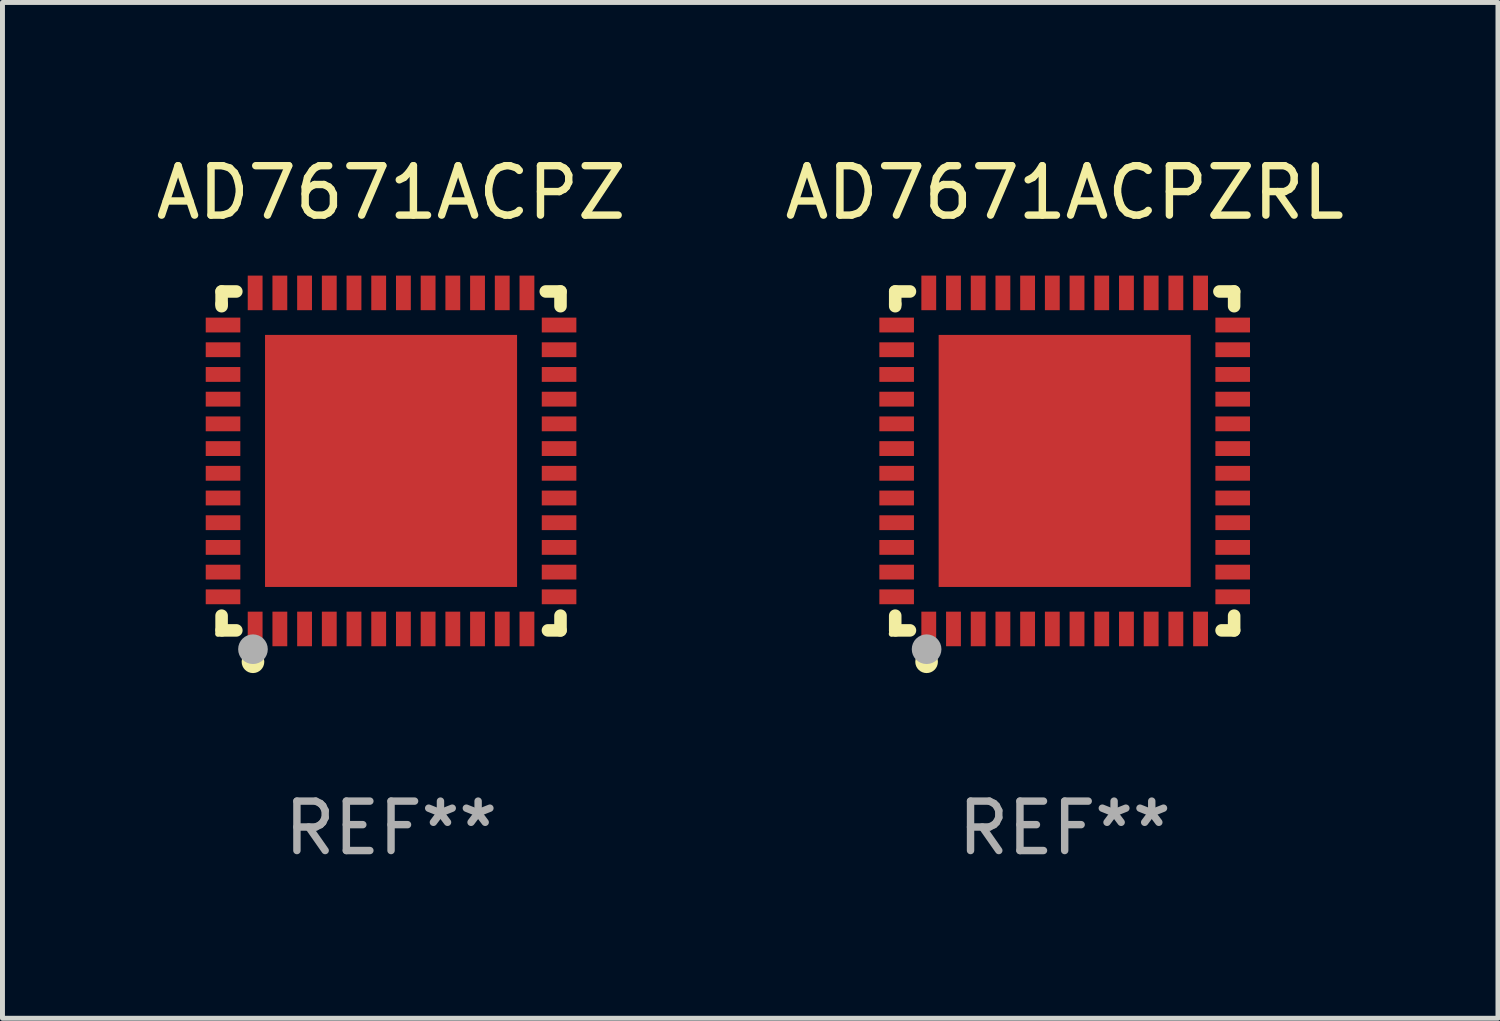
<source format=kicad_pcb>
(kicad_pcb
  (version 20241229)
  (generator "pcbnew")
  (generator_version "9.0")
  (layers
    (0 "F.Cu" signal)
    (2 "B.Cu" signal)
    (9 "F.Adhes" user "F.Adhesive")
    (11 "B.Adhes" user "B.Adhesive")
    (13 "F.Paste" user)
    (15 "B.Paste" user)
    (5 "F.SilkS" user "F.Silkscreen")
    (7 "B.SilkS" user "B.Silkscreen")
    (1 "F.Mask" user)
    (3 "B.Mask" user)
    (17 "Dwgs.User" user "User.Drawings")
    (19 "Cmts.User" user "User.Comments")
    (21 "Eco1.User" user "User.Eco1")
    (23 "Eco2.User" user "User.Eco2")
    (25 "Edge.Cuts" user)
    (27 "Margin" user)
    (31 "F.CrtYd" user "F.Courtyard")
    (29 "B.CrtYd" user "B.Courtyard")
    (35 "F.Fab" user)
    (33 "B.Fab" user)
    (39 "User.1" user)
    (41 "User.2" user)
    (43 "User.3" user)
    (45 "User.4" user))
  (footprint "AD7671ACPZ"
    (layer "F.Cu")
    (at 4.863 6.277)
    (property "Reference" "AD7671ACPZ" (at 0 -5.429 0) (layer "F.SilkS") (effects (font (size 1 1) (thickness 0.15))))
    (attr through_hole)
    (fp_line (start -3.429 -3.429) (end -3.429 -3.175) (stroke (width 0.254) (type solid)) (layer "F.SilkS"))
    (fp_line (start -3.429 -3.175) (end -3.429 -3.131) (stroke (width 0.254) (type solid)) (layer "F.SilkS"))
    (fp_line (start -3.429 3.131) (end -3.429 3.429) (stroke (width 0.254) (type solid)) (layer "F.SilkS"))
    (fp_line (start -3.429 3.429) (end -3.131 3.429) (stroke (width 0.254) (type solid)) (layer "F.SilkS"))
    (fp_line (start -3.131 -3.429) (end -3.429 -3.429) (stroke (width 0.254) (type solid)) (layer "F.SilkS"))
    (fp_line (start 3.131 -3.429) (end 3.429 -3.429) (stroke (width 0.254) (type solid)) (layer "F.SilkS"))
    (fp_line (start 3.429 -3.429) (end 3.429 -3.131) (stroke (width 0.254) (type solid)) (layer "F.SilkS"))
    (fp_line (start 3.429 3.131) (end 3.429 3.429) (stroke (width 0.254) (type solid)) (layer "F.SilkS"))
    (fp_line (start 3.429 3.429) (end 3.175 3.429) (stroke (width 0.254) (type solid)) (layer "F.SilkS"))
    (fp_circle (center -3.5 3.5) (end -3.47 3.5) (stroke (width 0.06) (type solid)) (fill no) (layer "F.SilkS"))
    (fp_circle (center -2.794 4.064) (end -2.667 4.064) (stroke (width 0.204) (type solid)) (fill no) (layer "F.SilkS"))
    (fp_circle (center -2.794 3.81) (end -2.644 3.81) (stroke (width 0.3) (type solid)) (fill no) (layer "F.Fab"))
    (fp_text user "REF**" (at 0 7.429 0) (layer "F.Fab") (effects (font (size 1 1) (thickness 0.15))))
    (pad "1" smd rect (at -2.75 3.4) (size 0.3 0.7) (layers "F.Cu" "F.Mask" "F.Paste"))
    (pad "2" smd rect (at -2.25 3.4) (size 0.3 0.7) (layers "F.Cu" "F.Mask" "F.Paste"))
    (pad "3" smd rect (at -1.75 3.4) (size 0.3 0.7) (layers "F.Cu" "F.Mask" "F.Paste"))
    (pad "4" smd rect (at -1.25 3.4) (size 0.3 0.7) (layers "F.Cu" "F.Mask" "F.Paste"))
    (pad "5" smd rect (at -0.75 3.4) (size 0.3 0.7) (layers "F.Cu" "F.Mask" "F.Paste"))
    (pad "6" smd rect (at -0.25 3.4) (size 0.3 0.7) (layers "F.Cu" "F.Mask" "F.Paste"))
    (pad "7" smd rect (at 0.25 3.4) (size 0.3 0.7) (layers "F.Cu" "F.Mask" "F.Paste"))
    (pad "8" smd rect (at 0.75 3.4) (size 0.3 0.7) (layers "F.Cu" "F.Mask" "F.Paste"))
    (pad "9" smd rect (at 1.25 3.4) (size 0.3 0.7) (layers "F.Cu" "F.Mask" "F.Paste"))
    (pad "10" smd rect (at 1.75 3.4) (size 0.3 0.7) (layers "F.Cu" "F.Mask" "F.Paste"))
    (pad "11" smd rect (at 2.25 3.4) (size 0.3 0.7) (layers "F.Cu" "F.Mask" "F.Paste"))
    (pad "12" smd rect (at 2.75 3.4) (size 0.3 0.7) (layers "F.Cu" "F.Mask" "F.Paste"))
    (pad "13" smd rect (at 3.4 2.75) (size 0.7 0.3) (layers "F.Cu" "F.Mask" "F.Paste"))
    (pad "14" smd rect (at 3.4 2.25) (size 0.7 0.3) (layers "F.Cu" "F.Mask" "F.Paste"))
    (pad "15" smd rect (at 3.4 1.75) (size 0.7 0.3) (layers "F.Cu" "F.Mask" "F.Paste"))
    (pad "16" smd rect (at 3.4 1.25) (size 0.7 0.3) (layers "F.Cu" "F.Mask" "F.Paste"))
    (pad "17" smd rect (at 3.4 0.75) (size 0.7 0.3) (layers "F.Cu" "F.Mask" "F.Paste"))
    (pad "18" smd rect (at 3.4 0.25) (size 0.7 0.3) (layers "F.Cu" "F.Mask" "F.Paste"))
    (pad "19" smd rect (at 3.4 -0.25) (size 0.7 0.3) (layers "F.Cu" "F.Mask" "F.Paste"))
    (pad "20" smd rect (at 3.4 -0.75) (size 0.7 0.3) (layers "F.Cu" "F.Mask" "F.Paste"))
    (pad "21" smd rect (at 3.4 -1.25) (size 0.7 0.3) (layers "F.Cu" "F.Mask" "F.Paste"))
    (pad "22" smd rect (at 3.4 -1.75) (size 0.7 0.3) (layers "F.Cu" "F.Mask" "F.Paste"))
    (pad "23" smd rect (at 3.4 -2.25) (size 0.7 0.3) (layers "F.Cu" "F.Mask" "F.Paste"))
    (pad "24" smd rect (at 3.4 -2.75) (size 0.7 0.3) (layers "F.Cu" "F.Mask" "F.Paste"))
    (pad "25" smd rect (at 2.75 -3.4) (size 0.3 0.7) (layers "F.Cu" "F.Mask" "F.Paste"))
    (pad "26" smd rect (at 2.25 -3.4) (size 0.3 0.7) (layers "F.Cu" "F.Mask" "F.Paste"))
    (pad "27" smd rect (at 1.75 -3.4) (size 0.3 0.7) (layers "F.Cu" "F.Mask" "F.Paste"))
    (pad "28" smd rect (at 1.25 -3.4) (size 0.3 0.7) (layers "F.Cu" "F.Mask" "F.Paste"))
    (pad "29" smd rect (at 0.75 -3.4) (size 0.3 0.7) (layers "F.Cu" "F.Mask" "F.Paste"))
    (pad "30" smd rect (at 0.25 -3.4) (size 0.3 0.7) (layers "F.Cu" "F.Mask" "F.Paste"))
    (pad "31" smd rect (at -0.25 -3.4) (size 0.3 0.7) (layers "F.Cu" "F.Mask" "F.Paste"))
    (pad "32" smd rect (at -0.75 -3.4) (size 0.3 0.7) (layers "F.Cu" "F.Mask" "F.Paste"))
    (pad "33" smd rect (at -1.25 -3.4) (size 0.3 0.7) (layers "F.Cu" "F.Mask" "F.Paste"))
    (pad "34" smd rect (at -1.75 -3.4) (size 0.3 0.7) (layers "F.Cu" "F.Mask" "F.Paste"))
    (pad "35" smd rect (at -2.25 -3.4) (size 0.3 0.7) (layers "F.Cu" "F.Mask" "F.Paste"))
    (pad "36" smd rect (at -2.75 -3.4) (size 0.3 0.7) (layers "F.Cu" "F.Mask" "F.Paste"))
    (pad "37" smd rect (at -3.4 -2.75) (size 0.7 0.3) (layers "F.Cu" "F.Mask" "F.Paste"))
    (pad "38" smd rect (at -3.4 -2.25) (size 0.7 0.3) (layers "F.Cu" "F.Mask" "F.Paste"))
    (pad "39" smd rect (at -3.4 -1.75) (size 0.7 0.3) (layers "F.Cu" "F.Mask" "F.Paste"))
    (pad "40" smd rect (at -3.4 -1.25) (size 0.7 0.3) (layers "F.Cu" "F.Mask" "F.Paste"))
    (pad "41" smd rect (at -3.4 -0.75) (size 0.7 0.3) (layers "F.Cu" "F.Mask" "F.Paste"))
    (pad "42" smd rect (at -3.4 -0.25) (size 0.7 0.3) (layers "F.Cu" "F.Mask" "F.Paste"))
    (pad "43" smd rect (at -3.4 0.25) (size 0.7 0.3) (layers "F.Cu" "F.Mask" "F.Paste"))
    (pad "44" smd rect (at -3.4 0.75) (size 0.7 0.3) (layers "F.Cu" "F.Mask" "F.Paste"))
    (pad "45" smd rect (at -3.4 1.25) (size 0.7 0.3) (layers "F.Cu" "F.Mask" "F.Paste"))
    (pad "46" smd rect (at -3.4 1.75) (size 0.7 0.3) (layers "F.Cu" "F.Mask" "F.Paste"))
    (pad "47" smd rect (at -3.4 2.25) (size 0.7 0.3) (layers "F.Cu" "F.Mask" "F.Paste"))
    (pad "48" smd rect (at -3.4 2.75) (size 0.7 0.3) (layers "F.Cu" "F.Mask" "F.Paste"))
    (pad "49" smd rect (at 0 0) (size 5.1 5.1) (layers "F.Cu" "F.Mask" "F.Paste")))
  (footprint "AD7671ACPZRL"
    (layer "F.Cu")
    (at 18.494 6.277)
    (property "Reference" "AD7671ACPZRL" (at 0 -5.429 0) (layer "F.SilkS") (effects (font (size 1 1) (thickness 0.15))))
    (attr through_hole)
    (fp_line (start -3.429 -3.429) (end -3.429 -3.175) (stroke (width 0.254) (type solid)) (layer "F.SilkS"))
    (fp_line (start -3.429 -3.175) (end -3.429 -3.131) (stroke (width 0.254) (type solid)) (layer "F.SilkS"))
    (fp_line (start -3.429 3.131) (end -3.429 3.429) (stroke (width 0.254) (type solid)) (layer "F.SilkS"))
    (fp_line (start -3.429 3.429) (end -3.131 3.429) (stroke (width 0.254) (type solid)) (layer "F.SilkS"))
    (fp_line (start -3.131 -3.429) (end -3.429 -3.429) (stroke (width 0.254) (type solid)) (layer "F.SilkS"))
    (fp_line (start 3.131 -3.429) (end 3.429 -3.429) (stroke (width 0.254) (type solid)) (layer "F.SilkS"))
    (fp_line (start 3.429 -3.429) (end 3.429 -3.131) (stroke (width 0.254) (type solid)) (layer "F.SilkS"))
    (fp_line (start 3.429 3.131) (end 3.429 3.429) (stroke (width 0.254) (type solid)) (layer "F.SilkS"))
    (fp_line (start 3.429 3.429) (end 3.175 3.429) (stroke (width 0.254) (type solid)) (layer "F.SilkS"))
    (fp_circle (center -3.5 3.5) (end -3.47 3.5) (stroke (width 0.06) (type solid)) (fill no) (layer "F.SilkS"))
    (fp_circle (center -2.794 4.064) (end -2.667 4.064) (stroke (width 0.204) (type solid)) (fill no) (layer "F.SilkS"))
    (fp_circle (center -2.794 3.81) (end -2.644 3.81) (stroke (width 0.3) (type solid)) (fill no) (layer "F.Fab"))
    (fp_text user "REF**" (at 0 7.429 0) (layer "F.Fab") (effects (font (size 1 1) (thickness 0.15))))
    (pad "1" smd rect (at -2.75 3.4) (size 0.3 0.7) (layers "F.Cu" "F.Mask" "F.Paste"))
    (pad "2" smd rect (at -2.25 3.4) (size 0.3 0.7) (layers "F.Cu" "F.Mask" "F.Paste"))
    (pad "3" smd rect (at -1.75 3.4) (size 0.3 0.7) (layers "F.Cu" "F.Mask" "F.Paste"))
    (pad "4" smd rect (at -1.25 3.4) (size 0.3 0.7) (layers "F.Cu" "F.Mask" "F.Paste"))
    (pad "5" smd rect (at -0.75 3.4) (size 0.3 0.7) (layers "F.Cu" "F.Mask" "F.Paste"))
    (pad "6" smd rect (at -0.25 3.4) (size 0.3 0.7) (layers "F.Cu" "F.Mask" "F.Paste"))
    (pad "7" smd rect (at 0.25 3.4) (size 0.3 0.7) (layers "F.Cu" "F.Mask" "F.Paste"))
    (pad "8" smd rect (at 0.75 3.4) (size 0.3 0.7) (layers "F.Cu" "F.Mask" "F.Paste"))
    (pad "9" smd rect (at 1.25 3.4) (size 0.3 0.7) (layers "F.Cu" "F.Mask" "F.Paste"))
    (pad "10" smd rect (at 1.75 3.4) (size 0.3 0.7) (layers "F.Cu" "F.Mask" "F.Paste"))
    (pad "11" smd rect (at 2.25 3.4) (size 0.3 0.7) (layers "F.Cu" "F.Mask" "F.Paste"))
    (pad "12" smd rect (at 2.75 3.4) (size 0.3 0.7) (layers "F.Cu" "F.Mask" "F.Paste"))
    (pad "13" smd rect (at 3.4 2.75) (size 0.7 0.3) (layers "F.Cu" "F.Mask" "F.Paste"))
    (pad "14" smd rect (at 3.4 2.25) (size 0.7 0.3) (layers "F.Cu" "F.Mask" "F.Paste"))
    (pad "15" smd rect (at 3.4 1.75) (size 0.7 0.3) (layers "F.Cu" "F.Mask" "F.Paste"))
    (pad "16" smd rect (at 3.4 1.25) (size 0.7 0.3) (layers "F.Cu" "F.Mask" "F.Paste"))
    (pad "17" smd rect (at 3.4 0.75) (size 0.7 0.3) (layers "F.Cu" "F.Mask" "F.Paste"))
    (pad "18" smd rect (at 3.4 0.25) (size 0.7 0.3) (layers "F.Cu" "F.Mask" "F.Paste"))
    (pad "19" smd rect (at 3.4 -0.25) (size 0.7 0.3) (layers "F.Cu" "F.Mask" "F.Paste"))
    (pad "20" smd rect (at 3.4 -0.75) (size 0.7 0.3) (layers "F.Cu" "F.Mask" "F.Paste"))
    (pad "21" smd rect (at 3.4 -1.25) (size 0.7 0.3) (layers "F.Cu" "F.Mask" "F.Paste"))
    (pad "22" smd rect (at 3.4 -1.75) (size 0.7 0.3) (layers "F.Cu" "F.Mask" "F.Paste"))
    (pad "23" smd rect (at 3.4 -2.25) (size 0.7 0.3) (layers "F.Cu" "F.Mask" "F.Paste"))
    (pad "24" smd rect (at 3.4 -2.75) (size 0.7 0.3) (layers "F.Cu" "F.Mask" "F.Paste"))
    (pad "25" smd rect (at 2.75 -3.4) (size 0.3 0.7) (layers "F.Cu" "F.Mask" "F.Paste"))
    (pad "26" smd rect (at 2.25 -3.4) (size 0.3 0.7) (layers "F.Cu" "F.Mask" "F.Paste"))
    (pad "27" smd rect (at 1.75 -3.4) (size 0.3 0.7) (layers "F.Cu" "F.Mask" "F.Paste"))
    (pad "28" smd rect (at 1.25 -3.4) (size 0.3 0.7) (layers "F.Cu" "F.Mask" "F.Paste"))
    (pad "29" smd rect (at 0.75 -3.4) (size 0.3 0.7) (layers "F.Cu" "F.Mask" "F.Paste"))
    (pad "30" smd rect (at 0.25 -3.4) (size 0.3 0.7) (layers "F.Cu" "F.Mask" "F.Paste"))
    (pad "31" smd rect (at -0.25 -3.4) (size 0.3 0.7) (layers "F.Cu" "F.Mask" "F.Paste"))
    (pad "32" smd rect (at -0.75 -3.4) (size 0.3 0.7) (layers "F.Cu" "F.Mask" "F.Paste"))
    (pad "33" smd rect (at -1.25 -3.4) (size 0.3 0.7) (layers "F.Cu" "F.Mask" "F.Paste"))
    (pad "34" smd rect (at -1.75 -3.4) (size 0.3 0.7) (layers "F.Cu" "F.Mask" "F.Paste"))
    (pad "35" smd rect (at -2.25 -3.4) (size 0.3 0.7) (layers "F.Cu" "F.Mask" "F.Paste"))
    (pad "36" smd rect (at -2.75 -3.4) (size 0.3 0.7) (layers "F.Cu" "F.Mask" "F.Paste"))
    (pad "37" smd rect (at -3.4 -2.75) (size 0.7 0.3) (layers "F.Cu" "F.Mask" "F.Paste"))
    (pad "38" smd rect (at -3.4 -2.25) (size 0.7 0.3) (layers "F.Cu" "F.Mask" "F.Paste"))
    (pad "39" smd rect (at -3.4 -1.75) (size 0.7 0.3) (layers "F.Cu" "F.Mask" "F.Paste"))
    (pad "40" smd rect (at -3.4 -1.25) (size 0.7 0.3) (layers "F.Cu" "F.Mask" "F.Paste"))
    (pad "41" smd rect (at -3.4 -0.75) (size 0.7 0.3) (layers "F.Cu" "F.Mask" "F.Paste"))
    (pad "42" smd rect (at -3.4 -0.25) (size 0.7 0.3) (layers "F.Cu" "F.Mask" "F.Paste"))
    (pad "43" smd rect (at -3.4 0.25) (size 0.7 0.3) (layers "F.Cu" "F.Mask" "F.Paste"))
    (pad "44" smd rect (at -3.4 0.75) (size 0.7 0.3) (layers "F.Cu" "F.Mask" "F.Paste"))
    (pad "45" smd rect (at -3.4 1.25) (size 0.7 0.3) (layers "F.Cu" "F.Mask" "F.Paste"))
    (pad "46" smd rect (at -3.4 1.75) (size 0.7 0.3) (layers "F.Cu" "F.Mask" "F.Paste"))
    (pad "47" smd rect (at -3.4 2.25) (size 0.7 0.3) (layers "F.Cu" "F.Mask" "F.Paste"))
    (pad "48" smd rect (at -3.4 2.75) (size 0.7 0.3) (layers "F.Cu" "F.Mask" "F.Paste"))
    (pad "49" smd rect (at 0 0) (size 5.1 5.1) (layers "F.Cu" "F.Mask" "F.Paste")))
  (gr_rect
    (start -3 -3)
    (end 27.262 17.555)
    (stroke (width 0.1) (type default))
    (fill no)
    (layer "Edge.Cuts")))
</source>
